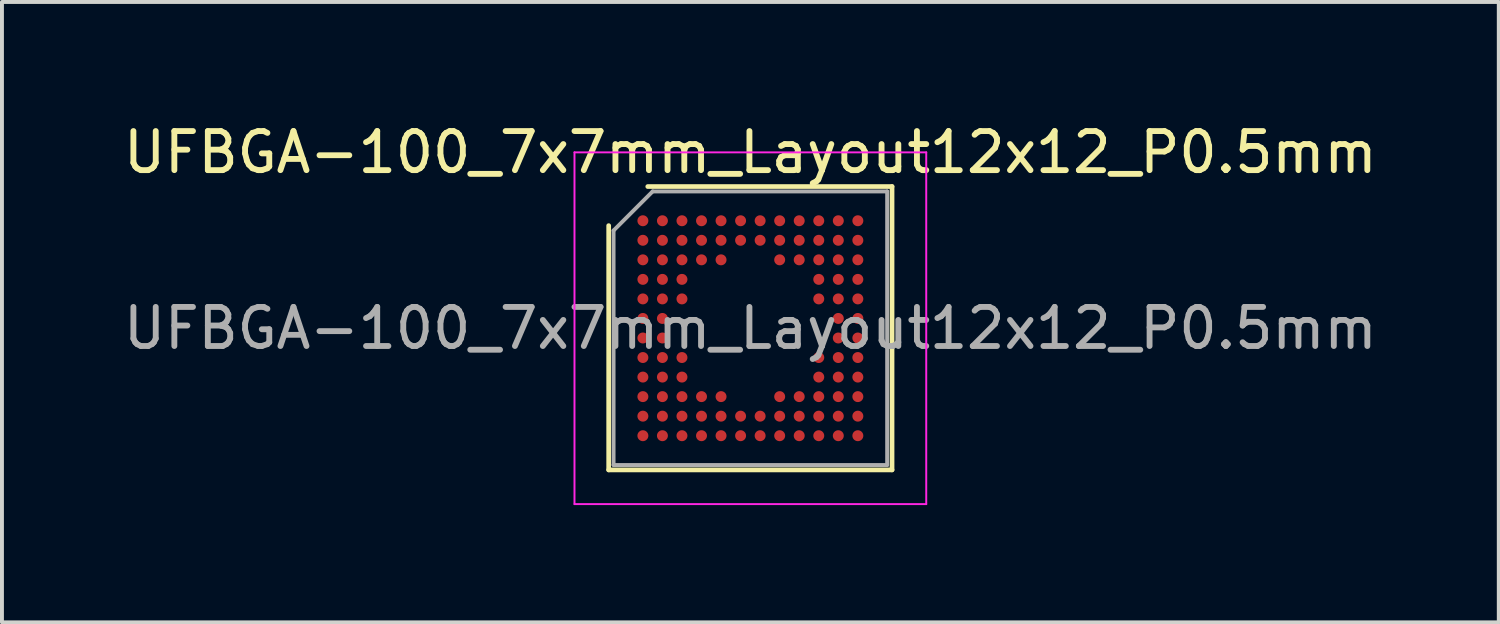
<source format=kicad_pcb>
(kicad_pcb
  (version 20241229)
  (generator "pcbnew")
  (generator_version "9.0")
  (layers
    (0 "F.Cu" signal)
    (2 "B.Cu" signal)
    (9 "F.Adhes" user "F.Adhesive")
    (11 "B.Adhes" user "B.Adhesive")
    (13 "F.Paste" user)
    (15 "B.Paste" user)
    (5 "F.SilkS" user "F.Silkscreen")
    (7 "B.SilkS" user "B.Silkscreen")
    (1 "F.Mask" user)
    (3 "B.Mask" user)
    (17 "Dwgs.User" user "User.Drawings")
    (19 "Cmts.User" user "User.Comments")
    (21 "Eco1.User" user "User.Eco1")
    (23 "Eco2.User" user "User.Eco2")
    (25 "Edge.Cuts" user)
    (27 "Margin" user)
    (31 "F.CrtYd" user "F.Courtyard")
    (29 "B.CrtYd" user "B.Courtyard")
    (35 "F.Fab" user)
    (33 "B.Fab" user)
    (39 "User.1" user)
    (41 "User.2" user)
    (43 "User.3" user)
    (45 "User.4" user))
  (footprint "UFBGA-100_7x7mm_Layout12x12_P0.5mm"
    (layer "F.Cu")
    (at 16.149 5.348)
    (property "Reference" "UFBGA-100_7x7mm_Layout12x12_P0.5mm" (at 0 -4.5 0) (layer "F.SilkS") (effects (font (size 1 1) (thickness 0.15))))
    (attr smd)
    (fp_line (start -3.625 3.625) (end -3.625 -2.625) (stroke (width 0.12) (type solid)) (layer "F.SilkS"))
    (fp_line (start -2.625 -3.625) (end 3.625 -3.625) (stroke (width 0.12) (type solid)) (layer "F.SilkS"))
    (fp_line (start 3.625 -3.625) (end 3.625 3.625) (stroke (width 0.12) (type solid)) (layer "F.SilkS"))
    (fp_line (start 3.625 3.625) (end -3.625 3.625) (stroke (width 0.12) (type solid)) (layer "F.SilkS"))
    (fp_line (start -4.5 -4.5) (end -4.5 4.5) (stroke (width 0.05) (type solid)) (layer "F.CrtYd"))
    (fp_line (start -4.5 4.5) (end 4.5 4.5) (stroke (width 0.05) (type solid)) (layer "F.CrtYd"))
    (fp_line (start 4.5 -4.5) (end -4.5 -4.5) (stroke (width 0.05) (type solid)) (layer "F.CrtYd"))
    (fp_line (start 4.5 4.5) (end 4.5 -4.5) (stroke (width 0.05) (type solid)) (layer "F.CrtYd"))
    (fp_line (start -3.5 -2.5) (end -2.5 -3.5) (stroke (width 0.1) (type solid)) (layer "F.Fab"))
    (fp_line (start -3.5 3.5) (end -3.5 -2.5) (stroke (width 0.1) (type solid)) (layer "F.Fab"))
    (fp_line (start -2.5 -3.5) (end 3.5 -3.5) (stroke (width 0.1) (type solid)) (layer "F.Fab"))
    (fp_line (start 3.5 -3.5) (end 3.5 3.5) (stroke (width 0.1) (type solid)) (layer "F.Fab"))
    (fp_line (start 3.5 3.5) (end -3.5 3.5) (stroke (width 0.1) (type solid)) (layer "F.Fab"))
    (fp_text user "${REFERENCE}" (at 0 0 0) (layer "F.Fab") (effects (font (size 1 1) (thickness 0.15))))
    (pad "A1" smd circle (at -2.75 -2.75) (size 0.28 0.28) (layers "F.Cu" "F.Mask" "F.Paste"))
    (pad "A2" smd circle (at -2.25 -2.75) (size 0.28 0.28) (layers "F.Cu" "F.Mask" "F.Paste"))
    (pad "A3" smd circle (at -1.75 -2.75) (size 0.28 0.28) (layers "F.Cu" "F.Mask" "F.Paste"))
    (pad "A4" smd circle (at -1.25 -2.75) (size 0.28 0.28) (layers "F.Cu" "F.Mask" "F.Paste"))
    (pad "A5" smd circle (at -0.75 -2.75) (size 0.28 0.28) (layers "F.Cu" "F.Mask" "F.Paste"))
    (pad "A6" smd circle (at -0.25 -2.75) (size 0.28 0.28) (layers "F.Cu" "F.Mask" "F.Paste"))
    (pad "A7" smd circle (at 0.25 -2.75) (size 0.28 0.28) (layers "F.Cu" "F.Mask" "F.Paste"))
    (pad "A8" smd circle (at 0.75 -2.75) (size 0.28 0.28) (layers "F.Cu" "F.Mask" "F.Paste"))
    (pad "A9" smd circle (at 1.25 -2.75) (size 0.28 0.28) (layers "F.Cu" "F.Mask" "F.Paste"))
    (pad "A10" smd circle (at 1.75 -2.75) (size 0.28 0.28) (layers "F.Cu" "F.Mask" "F.Paste"))
    (pad "A11" smd circle (at 2.25 -2.75) (size 0.28 0.28) (layers "F.Cu" "F.Mask" "F.Paste"))
    (pad "A12" smd circle (at 2.75 -2.75) (size 0.28 0.28) (layers "F.Cu" "F.Mask" "F.Paste"))
    (pad "B1" smd circle (at -2.75 -2.25) (size 0.28 0.28) (layers "F.Cu" "F.Mask" "F.Paste"))
    (pad "B2" smd circle (at -2.25 -2.25) (size 0.28 0.28) (layers "F.Cu" "F.Mask" "F.Paste"))
    (pad "B3" smd circle (at -1.75 -2.25) (size 0.28 0.28) (layers "F.Cu" "F.Mask" "F.Paste"))
    (pad "B4" smd circle (at -1.25 -2.25) (size 0.28 0.28) (layers "F.Cu" "F.Mask" "F.Paste"))
    (pad "B5" smd circle (at -0.75 -2.25) (size 0.28 0.28) (layers "F.Cu" "F.Mask" "F.Paste"))
    (pad "B6" smd circle (at -0.25 -2.25) (size 0.28 0.28) (layers "F.Cu" "F.Mask" "F.Paste"))
    (pad "B7" smd circle (at 0.25 -2.25) (size 0.28 0.28) (layers "F.Cu" "F.Mask" "F.Paste"))
    (pad "B8" smd circle (at 0.75 -2.25) (size 0.28 0.28) (layers "F.Cu" "F.Mask" "F.Paste"))
    (pad "B9" smd circle (at 1.25 -2.25) (size 0.28 0.28) (layers "F.Cu" "F.Mask" "F.Paste"))
    (pad "B10" smd circle (at 1.75 -2.25) (size 0.28 0.28) (layers "F.Cu" "F.Mask" "F.Paste"))
    (pad "B11" smd circle (at 2.25 -2.25) (size 0.28 0.28) (layers "F.Cu" "F.Mask" "F.Paste"))
    (pad "B12" smd circle (at 2.75 -2.25) (size 0.28 0.28) (layers "F.Cu" "F.Mask" "F.Paste"))
    (pad "C1" smd circle (at -2.75 -1.75) (size 0.28 0.28) (layers "F.Cu" "F.Mask" "F.Paste"))
    (pad "C2" smd circle (at -2.25 -1.75) (size 0.28 0.28) (layers "F.Cu" "F.Mask" "F.Paste"))
    (pad "C3" smd circle (at -1.75 -1.75) (size 0.28 0.28) (layers "F.Cu" "F.Mask" "F.Paste"))
    (pad "C4" smd circle (at -1.25 -1.75) (size 0.28 0.28) (layers "F.Cu" "F.Mask" "F.Paste"))
    (pad "C5" smd circle (at -0.75 -1.75) (size 0.28 0.28) (layers "F.Cu" "F.Mask" "F.Paste"))
    (pad "C8" smd circle (at 0.75 -1.75) (size 0.28 0.28) (layers "F.Cu" "F.Mask" "F.Paste"))
    (pad "C9" smd circle (at 1.25 -1.75) (size 0.28 0.28) (layers "F.Cu" "F.Mask" "F.Paste"))
    (pad "C10" smd circle (at 1.75 -1.75) (size 0.28 0.28) (layers "F.Cu" "F.Mask" "F.Paste"))
    (pad "C11" smd circle (at 2.25 -1.75) (size 0.28 0.28) (layers "F.Cu" "F.Mask" "F.Paste"))
    (pad "C12" smd circle (at 2.75 -1.75) (size 0.28 0.28) (layers "F.Cu" "F.Mask" "F.Paste"))
    (pad "D1" smd circle (at -2.75 -1.25) (size 0.28 0.28) (layers "F.Cu" "F.Mask" "F.Paste"))
    (pad "D2" smd circle (at -2.25 -1.25) (size 0.28 0.28) (layers "F.Cu" "F.Mask" "F.Paste"))
    (pad "D3" smd circle (at -1.75 -1.25) (size 0.28 0.28) (layers "F.Cu" "F.Mask" "F.Paste"))
    (pad "D10" smd circle (at 1.75 -1.25) (size 0.28 0.28) (layers "F.Cu" "F.Mask" "F.Paste"))
    (pad "D11" smd circle (at 2.25 -1.25) (size 0.28 0.28) (layers "F.Cu" "F.Mask" "F.Paste"))
    (pad "D12" smd circle (at 2.75 -1.25) (size 0.28 0.28) (layers "F.Cu" "F.Mask" "F.Paste"))
    (pad "E1" smd circle (at -2.75 -0.75) (size 0.28 0.28) (layers "F.Cu" "F.Mask" "F.Paste"))
    (pad "E2" smd circle (at -2.25 -0.75) (size 0.28 0.28) (layers "F.Cu" "F.Mask" "F.Paste"))
    (pad "E3" smd circle (at -1.75 -0.75) (size 0.28 0.28) (layers "F.Cu" "F.Mask" "F.Paste"))
    (pad "E10" smd circle (at 1.75 -0.75) (size 0.28 0.28) (layers "F.Cu" "F.Mask" "F.Paste"))
    (pad "E11" smd circle (at 2.25 -0.75) (size 0.28 0.28) (layers "F.Cu" "F.Mask" "F.Paste"))
    (pad "E12" smd circle (at 2.75 -0.75) (size 0.28 0.28) (layers "F.Cu" "F.Mask" "F.Paste"))
    (pad "F1" smd circle (at -2.75 -0.25) (size 0.28 0.28) (layers "F.Cu" "F.Mask" "F.Paste"))
    (pad "F2" smd circle (at -2.25 -0.25) (size 0.28 0.28) (layers "F.Cu" "F.Mask" "F.Paste"))
    (pad "F11" smd circle (at 2.25 -0.25) (size 0.28 0.28) (layers "F.Cu" "F.Mask" "F.Paste"))
    (pad "F12" smd circle (at 2.75 -0.25) (size 0.28 0.28) (layers "F.Cu" "F.Mask" "F.Paste"))
    (pad "G1" smd circle (at -2.75 0.25) (size 0.28 0.28) (layers "F.Cu" "F.Mask" "F.Paste"))
    (pad "G2" smd circle (at -2.25 0.25) (size 0.28 0.28) (layers "F.Cu" "F.Mask" "F.Paste"))
    (pad "G11" smd circle (at 2.25 0.25) (size 0.28 0.28) (layers "F.Cu" "F.Mask" "F.Paste"))
    (pad "G12" smd circle (at 2.75 0.25) (size 0.28 0.28) (layers "F.Cu" "F.Mask" "F.Paste"))
    (pad "H1" smd circle (at -2.75 0.75) (size 0.28 0.28) (layers "F.Cu" "F.Mask" "F.Paste"))
    (pad "H2" smd circle (at -2.25 0.75) (size 0.28 0.28) (layers "F.Cu" "F.Mask" "F.Paste"))
    (pad "H3" smd circle (at -1.75 0.75) (size 0.28 0.28) (layers "F.Cu" "F.Mask" "F.Paste"))
    (pad "H10" smd circle (at 1.75 0.75) (size 0.28 0.28) (layers "F.Cu" "F.Mask" "F.Paste"))
    (pad "H11" smd circle (at 2.25 0.75) (size 0.28 0.28) (layers "F.Cu" "F.Mask" "F.Paste"))
    (pad "H12" smd circle (at 2.75 0.75) (size 0.28 0.28) (layers "F.Cu" "F.Mask" "F.Paste"))
    (pad "J1" smd circle (at -2.75 1.25) (size 0.28 0.28) (layers "F.Cu" "F.Mask" "F.Paste"))
    (pad "J2" smd circle (at -2.25 1.25) (size 0.28 0.28) (layers "F.Cu" "F.Mask" "F.Paste"))
    (pad "J3" smd circle (at -1.75 1.25) (size 0.28 0.28) (layers "F.Cu" "F.Mask" "F.Paste"))
    (pad "J10" smd circle (at 1.75 1.25) (size 0.28 0.28) (layers "F.Cu" "F.Mask" "F.Paste"))
    (pad "J11" smd circle (at 2.25 1.25) (size 0.28 0.28) (layers "F.Cu" "F.Mask" "F.Paste"))
    (pad "J12" smd circle (at 2.75 1.25) (size 0.28 0.28) (layers "F.Cu" "F.Mask" "F.Paste"))
    (pad "K1" smd circle (at -2.75 1.75) (size 0.28 0.28) (layers "F.Cu" "F.Mask" "F.Paste"))
    (pad "K2" smd circle (at -2.25 1.75) (size 0.28 0.28) (layers "F.Cu" "F.Mask" "F.Paste"))
    (pad "K3" smd circle (at -1.75 1.75) (size 0.28 0.28) (layers "F.Cu" "F.Mask" "F.Paste"))
    (pad "K4" smd circle (at -1.25 1.75) (size 0.28 0.28) (layers "F.Cu" "F.Mask" "F.Paste"))
    (pad "K5" smd circle (at -0.75 1.75) (size 0.28 0.28) (layers "F.Cu" "F.Mask" "F.Paste"))
    (pad "K8" smd circle (at 0.75 1.75) (size 0.28 0.28) (layers "F.Cu" "F.Mask" "F.Paste"))
    (pad "K9" smd circle (at 1.25 1.75) (size 0.28 0.28) (layers "F.Cu" "F.Mask" "F.Paste"))
    (pad "K10" smd circle (at 1.75 1.75) (size 0.28 0.28) (layers "F.Cu" "F.Mask" "F.Paste"))
    (pad "K11" smd circle (at 2.25 1.75) (size 0.28 0.28) (layers "F.Cu" "F.Mask" "F.Paste"))
    (pad "K12" smd circle (at 2.75 1.75) (size 0.28 0.28) (layers "F.Cu" "F.Mask" "F.Paste"))
    (pad "L1" smd circle (at -2.75 2.25) (size 0.28 0.28) (layers "F.Cu" "F.Mask" "F.Paste"))
    (pad "L2" smd circle (at -2.25 2.25) (size 0.28 0.28) (layers "F.Cu" "F.Mask" "F.Paste"))
    (pad "L3" smd circle (at -1.75 2.25) (size 0.28 0.28) (layers "F.Cu" "F.Mask" "F.Paste"))
    (pad "L4" smd circle (at -1.25 2.25) (size 0.28 0.28) (layers "F.Cu" "F.Mask" "F.Paste"))
    (pad "L5" smd circle (at -0.75 2.25) (size 0.28 0.28) (layers "F.Cu" "F.Mask" "F.Paste"))
    (pad "L6" smd circle (at -0.25 2.25) (size 0.28 0.28) (layers "F.Cu" "F.Mask" "F.Paste"))
    (pad "L7" smd circle (at 0.25 2.25) (size 0.28 0.28) (layers "F.Cu" "F.Mask" "F.Paste"))
    (pad "L8" smd circle (at 0.75 2.25) (size 0.28 0.28) (layers "F.Cu" "F.Mask" "F.Paste"))
    (pad "L9" smd circle (at 1.25 2.25) (size 0.28 0.28) (layers "F.Cu" "F.Mask" "F.Paste"))
    (pad "L10" smd circle (at 1.75 2.25) (size 0.28 0.28) (layers "F.Cu" "F.Mask" "F.Paste"))
    (pad "L11" smd circle (at 2.25 2.25) (size 0.28 0.28) (layers "F.Cu" "F.Mask" "F.Paste"))
    (pad "L12" smd circle (at 2.75 2.25) (size 0.28 0.28) (layers "F.Cu" "F.Mask" "F.Paste"))
    (pad "M1" smd circle (at -2.75 2.75) (size 0.28 0.28) (layers "F.Cu" "F.Mask" "F.Paste"))
    (pad "M2" smd circle (at -2.25 2.75) (size 0.28 0.28) (layers "F.Cu" "F.Mask" "F.Paste"))
    (pad "M3" smd circle (at -1.75 2.75) (size 0.28 0.28) (layers "F.Cu" "F.Mask" "F.Paste"))
    (pad "M4" smd circle (at -1.25 2.75) (size 0.28 0.28) (layers "F.Cu" "F.Mask" "F.Paste"))
    (pad "M5" smd circle (at -0.75 2.75) (size 0.28 0.28) (layers "F.Cu" "F.Mask" "F.Paste"))
    (pad "M6" smd circle (at -0.25 2.75) (size 0.28 0.28) (layers "F.Cu" "F.Mask" "F.Paste"))
    (pad "M7" smd circle (at 0.25 2.75) (size 0.28 0.28) (layers "F.Cu" "F.Mask" "F.Paste"))
    (pad "M8" smd circle (at 0.75 2.75) (size 0.28 0.28) (layers "F.Cu" "F.Mask" "F.Paste"))
    (pad "M9" smd circle (at 1.25 2.75) (size 0.28 0.28) (layers "F.Cu" "F.Mask" "F.Paste"))
    (pad "M10" smd circle (at 1.75 2.75) (size 0.28 0.28) (layers "F.Cu" "F.Mask" "F.Paste"))
    (pad "M11" smd circle (at 2.25 2.75) (size 0.28 0.28) (layers "F.Cu" "F.Mask" "F.Paste"))
    (pad "M12" smd circle (at 2.75 2.75) (size 0.28 0.28) (layers "F.Cu" "F.Mask" "F.Paste")))
  (gr_rect
    (start -3 -3)
    (end 35.298 12.873)
    (stroke (width 0.1) (type default))
    (fill no)
    (layer "Edge.Cuts")))
</source>
